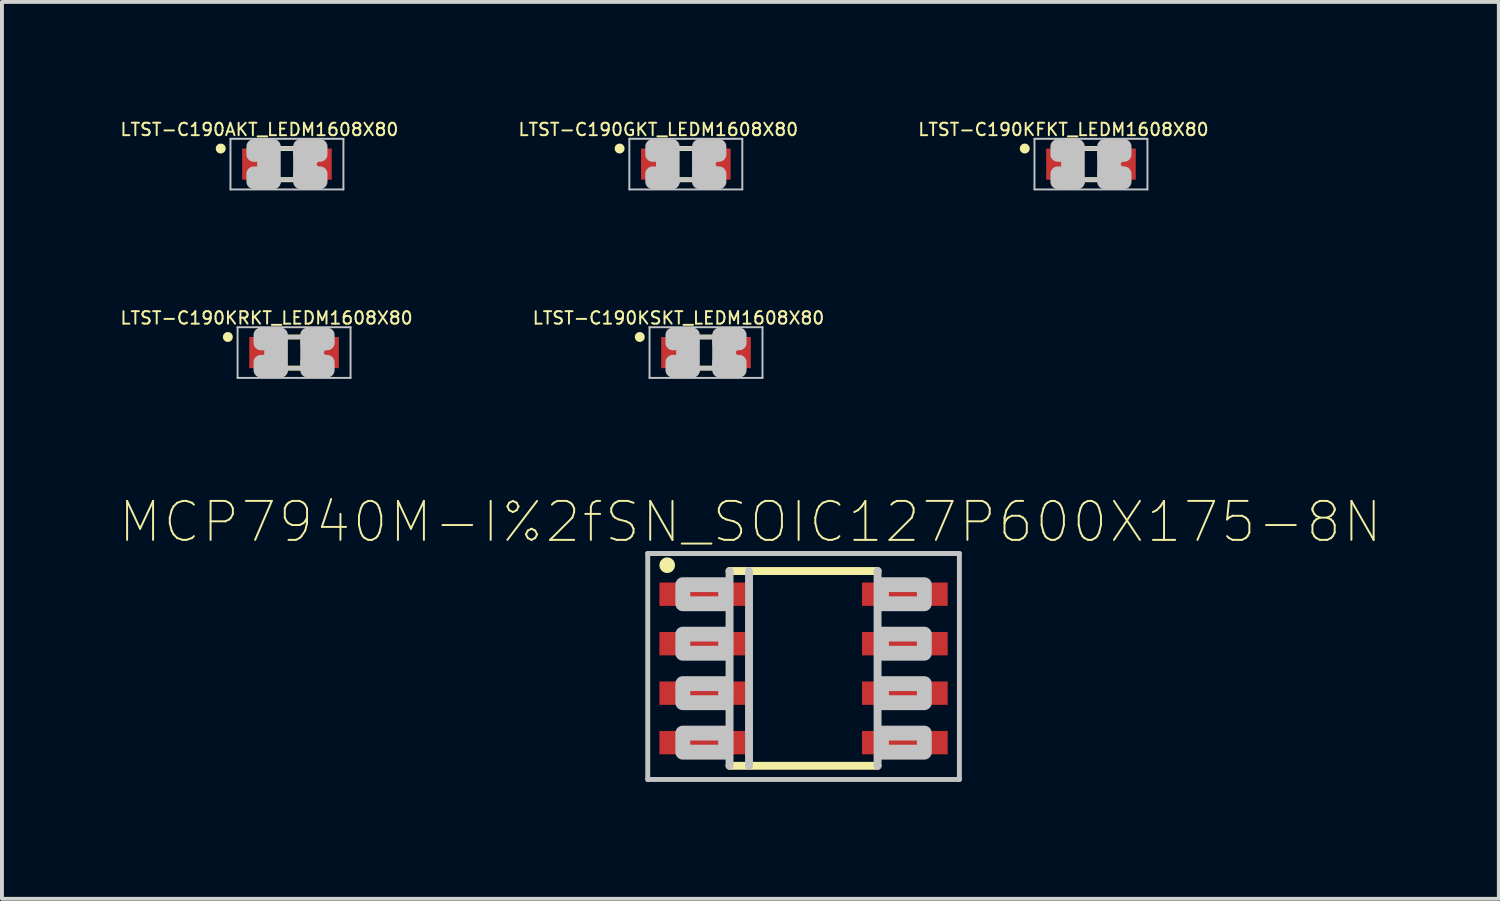
<source format=kicad_pcb>
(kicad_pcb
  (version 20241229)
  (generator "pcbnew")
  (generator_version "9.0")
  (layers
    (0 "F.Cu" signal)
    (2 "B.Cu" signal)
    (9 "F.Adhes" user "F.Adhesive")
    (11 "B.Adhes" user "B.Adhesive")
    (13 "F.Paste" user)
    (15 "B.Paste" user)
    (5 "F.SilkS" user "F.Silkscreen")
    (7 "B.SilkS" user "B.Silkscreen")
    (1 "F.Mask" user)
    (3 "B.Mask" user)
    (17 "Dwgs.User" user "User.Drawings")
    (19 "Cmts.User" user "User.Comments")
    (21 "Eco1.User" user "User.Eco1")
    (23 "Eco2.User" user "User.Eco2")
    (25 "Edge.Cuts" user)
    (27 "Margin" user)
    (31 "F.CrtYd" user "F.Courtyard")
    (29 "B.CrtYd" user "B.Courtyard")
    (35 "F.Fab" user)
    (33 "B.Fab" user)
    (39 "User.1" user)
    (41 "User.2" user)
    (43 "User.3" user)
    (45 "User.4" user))
  (footprint "LTST-C190KSKT_LEDM1608X80"
    (layer "F.Cu")
    (at 15.074 6.001)
    (property "Reference" "LTST-C190KSKT_LEDM1608X80" (at -0.707 -0.888 0) (layer "F.SilkS") (effects (font (size 0.32 0.32) (thickness 0.05))))
    (attr smd)
    (fp_line (start -0.2 -0.4) (end 0.2 -0.4) (stroke (width 0.127) (type solid)) (layer "F.SilkS"))
    (fp_line (start -0.2 0.4) (end 0.2 0.4) (stroke (width 0.127) (type solid)) (layer "F.SilkS"))
    (fp_circle (center -1.7 -0.4) (end -1.573 -0.4) (stroke (width 0) (type solid)) (fill yes) (layer "F.SilkS"))
    (fp_line (start -1.45 -0.65) (end 1.45 -0.65) (stroke (width 0.05) (type solid)) (layer "Dwgs.User"))
    (fp_line (start -1.45 0.65) (end -1.45 -0.65) (stroke (width 0.05) (type solid)) (layer "Dwgs.User"))
    (fp_line (start -0.375 0.4) (end 0.35 0.4) (stroke (width 0.102) (type solid)) (layer "Dwgs.User"))
    (fp_line (start -0.35 -0.4) (end 0.35 -0.4) (stroke (width 0.102) (type solid)) (layer "Dwgs.User"))
    (fp_line (start 1.45 -0.65) (end 1.45 0.65) (stroke (width 0.05) (type solid)) (layer "Dwgs.User"))
    (fp_line (start 1.45 0.65) (end -1.45 0.65) (stroke (width 0.05) (type solid)) (layer "Dwgs.User"))
    (fp_arc (start -0.8 -0.3) (mid -0.524966 -0.000147) (end -0.799707 0.299974) (stroke (width 0.1016) (type solid)) (layer "Dwgs.User"))
    (fp_arc (start 0.825 0.275) (mid 0.55 0) (end 0.825 -0.275) (stroke (width 0.0508) (type solid)) (layer "Dwgs.User"))
    (fp_circle (center -0.625 0.35) (end -0.55 0.35) (stroke (width 0.051) (type solid)) (fill no) (layer "Dwgs.User"))
    (fp_poly (pts (xy -0.85 -0.25) (xy -0.85 -0.45) (xy -0.55 -0.45) (xy -0.55 -0.25)) (stroke (width 0.381) (type solid)) (fill no) (layer "Dwgs.User"))
    (fp_poly (pts (xy -0.85 0.45) (xy -0.85 0.25) (xy -0.7 0.25) (xy -0.7 0.45)) (stroke (width 0.381) (type solid)) (fill no) (layer "Dwgs.User"))
    (fp_poly (pts (xy -0.725 0.45) (xy -0.725 0.4) (xy -0.35 0.4) (xy -0.35 0.45)) (stroke (width 0.381) (type solid)) (fill no) (layer "Dwgs.User"))
    (fp_poly (pts (xy -0.6 0.275) (xy -0.6 0.225) (xy -0.55 0.225) (xy -0.55 0.275)) (stroke (width 0.381) (type solid)) (fill no) (layer "Dwgs.User"))
    (fp_poly (pts (xy -0.575 0.45) (xy -0.575 -0.45) (xy -0.35 -0.45) (xy -0.35 0.45)) (stroke (width 0.381) (type solid)) (fill no) (layer "Dwgs.User"))
    (fp_poly (pts (xy 0.35 -0.25) (xy 0.35 -0.45) (xy 0.85 -0.45) (xy 0.85 -0.25)) (stroke (width 0.381) (type solid)) (fill no) (layer "Dwgs.User"))
    (fp_poly (pts (xy 0.35 0.275) (xy 0.35 -0.275) (xy 0.575 -0.275) (xy 0.575 0.275)) (stroke (width 0.381) (type solid)) (fill no) (layer "Dwgs.User"))
    (fp_poly (pts (xy 0.35 0.45) (xy 0.35 0.25) (xy 0.85 0.25) (xy 0.85 0.45)) (stroke (width 0.381) (type solid)) (fill no) (layer "Dwgs.User"))
    (fp_poly (pts (xy 0.55 -0.175) (xy 0.55 -0.275) (xy 0.65 -0.275) (xy 0.65 -0.175)) (stroke (width 0.381) (type solid)) (fill no) (layer "Dwgs.User"))
    (fp_poly (pts (xy 0.55 0.275) (xy 0.55 0.175) (xy 0.65 0.175) (xy 0.65 0.275)) (stroke (width 0.381) (type solid)) (fill no) (layer "Dwgs.User"))
    (pad "A" smd rect (at 0.75 0 90) (size 0.8 0.8) (layers "F.Cu" "F.Mask" "F.Paste"))
    (pad "C" smd rect (at -0.75 0 90) (size 0.8 0.8) (layers "F.Cu" "F.Mask" "F.Paste")))
  (footprint "LTST-C190KFKT_LEDM1608X80"
    (layer "F.Cu")
    (at 24.956 1.163)
    (property "Reference" "LTST-C190KFKT_LEDM1608X80" (at -0.707 -0.888 0) (layer "F.SilkS") (effects (font (size 0.32 0.32) (thickness 0.05))))
    (attr smd)
    (fp_line (start -0.2 -0.4) (end 0.2 -0.4) (stroke (width 0.127) (type solid)) (layer "F.SilkS"))
    (fp_line (start -0.2 0.4) (end 0.2 0.4) (stroke (width 0.127) (type solid)) (layer "F.SilkS"))
    (fp_circle (center -1.7 -0.4) (end -1.573 -0.4) (stroke (width 0) (type solid)) (fill yes) (layer "F.SilkS"))
    (fp_line (start -1.45 -0.65) (end 1.45 -0.65) (stroke (width 0.05) (type solid)) (layer "Dwgs.User"))
    (fp_line (start -1.45 0.65) (end -1.45 -0.65) (stroke (width 0.05) (type solid)) (layer "Dwgs.User"))
    (fp_line (start -0.375 0.4) (end 0.35 0.4) (stroke (width 0.102) (type solid)) (layer "Dwgs.User"))
    (fp_line (start -0.35 -0.4) (end 0.35 -0.4) (stroke (width 0.102) (type solid)) (layer "Dwgs.User"))
    (fp_line (start 1.45 -0.65) (end 1.45 0.65) (stroke (width 0.05) (type solid)) (layer "Dwgs.User"))
    (fp_line (start 1.45 0.65) (end -1.45 0.65) (stroke (width 0.05) (type solid)) (layer "Dwgs.User"))
    (fp_arc (start -0.8 -0.3) (mid -0.524966 -0.000147) (end -0.799707 0.299974) (stroke (width 0.1016) (type solid)) (layer "Dwgs.User"))
    (fp_arc (start 0.825 0.275) (mid 0.55 0) (end 0.825 -0.275) (stroke (width 0.0508) (type solid)) (layer "Dwgs.User"))
    (fp_circle (center -0.625 0.35) (end -0.55 0.35) (stroke (width 0.051) (type solid)) (fill no) (layer "Dwgs.User"))
    (fp_poly (pts (xy -0.85 -0.25) (xy -0.85 -0.45) (xy -0.55 -0.45) (xy -0.55 -0.25)) (stroke (width 0.381) (type solid)) (fill no) (layer "Dwgs.User"))
    (fp_poly (pts (xy -0.85 0.45) (xy -0.85 0.25) (xy -0.7 0.25) (xy -0.7 0.45)) (stroke (width 0.381) (type solid)) (fill no) (layer "Dwgs.User"))
    (fp_poly (pts (xy -0.725 0.45) (xy -0.725 0.4) (xy -0.35 0.4) (xy -0.35 0.45)) (stroke (width 0.381) (type solid)) (fill no) (layer "Dwgs.User"))
    (fp_poly (pts (xy -0.6 0.275) (xy -0.6 0.225) (xy -0.55 0.225) (xy -0.55 0.275)) (stroke (width 0.381) (type solid)) (fill no) (layer "Dwgs.User"))
    (fp_poly (pts (xy -0.575 0.45) (xy -0.575 -0.45) (xy -0.35 -0.45) (xy -0.35 0.45)) (stroke (width 0.381) (type solid)) (fill no) (layer "Dwgs.User"))
    (fp_poly (pts (xy 0.35 -0.25) (xy 0.35 -0.45) (xy 0.85 -0.45) (xy 0.85 -0.25)) (stroke (width 0.381) (type solid)) (fill no) (layer "Dwgs.User"))
    (fp_poly (pts (xy 0.35 0.275) (xy 0.35 -0.275) (xy 0.575 -0.275) (xy 0.575 0.275)) (stroke (width 0.381) (type solid)) (fill no) (layer "Dwgs.User"))
    (fp_poly (pts (xy 0.35 0.45) (xy 0.35 0.25) (xy 0.85 0.25) (xy 0.85 0.45)) (stroke (width 0.381) (type solid)) (fill no) (layer "Dwgs.User"))
    (fp_poly (pts (xy 0.55 -0.175) (xy 0.55 -0.275) (xy 0.65 -0.275) (xy 0.65 -0.175)) (stroke (width 0.381) (type solid)) (fill no) (layer "Dwgs.User"))
    (fp_poly (pts (xy 0.55 0.275) (xy 0.55 0.175) (xy 0.65 0.175) (xy 0.65 0.275)) (stroke (width 0.381) (type solid)) (fill no) (layer "Dwgs.User"))
    (pad "A" smd rect (at 0.75 0 90) (size 0.8 0.8) (layers "F.Cu" "F.Mask" "F.Paste"))
    (pad "C" smd rect (at -0.75 0 90) (size 0.8 0.8) (layers "F.Cu" "F.Mask" "F.Paste")))
  (footprint "MCP7940M-I%2fSN_SOIC127P600X175-8N"
    (layer "F.Cu")
    (at 17.578 14.109)
    (property "Reference" "MCP7940M-I%2fSN_SOIC127P600X175-8N" (at -1.365 -3.76 0) (layer "F.SilkS") (effects (font (size 1 1) (thickness 0.05))))
    (attr smd)
    (fp_line (start -1.9 -2.5) (end 1.9 -2.5) (stroke (width 0.203) (type solid)) (layer "F.SilkS"))
    (fp_line (start 1.9 2.5) (end -1.9 2.5) (stroke (width 0.203) (type solid)) (layer "F.SilkS"))
    (fp_circle (center -3.5 -2.65) (end -3.3 -2.65) (stroke (width 0) (type solid)) (fill yes) (layer "F.SilkS"))
    (fp_line (start -4 -2.95) (end 4 -2.95) (stroke (width 0.127) (type solid)) (layer "Dwgs.User"))
    (fp_line (start -4 2.85) (end -4 -2.95) (stroke (width 0.127) (type solid)) (layer "Dwgs.User"))
    (fp_line (start -1.9 2.5) (end -1.9 -2.5) (stroke (width 0.203) (type solid)) (layer "Dwgs.User"))
    (fp_line (start -1.4 2.5) (end -1.4 -2.5) (stroke (width 0.203) (type solid)) (layer "Dwgs.User"))
    (fp_line (start 1.9 -2.5) (end 1.9 2.5) (stroke (width 0.203) (type solid)) (layer "Dwgs.User"))
    (fp_line (start 4 -2.95) (end 4 2.85) (stroke (width 0.127) (type solid)) (layer "Dwgs.User"))
    (fp_line (start 4 2.85) (end -4 2.85) (stroke (width 0.127) (type solid)) (layer "Dwgs.User"))
    (fp_poly (pts (xy -2 -2.15) (xy -2 -1.66) (xy -3.1 -1.66) (xy -3.1 -2.15)) (stroke (width 0.381) (type solid)) (fill no) (layer "Dwgs.User"))
    (fp_poly (pts (xy -2 -0.88) (xy -2 -0.39) (xy -3.1 -0.39) (xy -3.1 -0.88)) (stroke (width 0.381) (type solid)) (fill no) (layer "Dwgs.User"))
    (fp_poly (pts (xy -2 0.39) (xy -2 0.88) (xy -3.1 0.88) (xy -3.1 0.39)) (stroke (width 0.381) (type solid)) (fill no) (layer "Dwgs.User"))
    (fp_poly (pts (xy -2 1.66) (xy -2 2.15) (xy -3.1 2.15) (xy -3.1 1.66)) (stroke (width 0.381) (type solid)) (fill no) (layer "Dwgs.User"))
    (fp_poly (pts (xy 3.1 -2.15) (xy 3.1 -1.66) (xy 2 -1.66) (xy 2 -2.15)) (stroke (width 0.381) (type solid)) (fill no) (layer "Dwgs.User"))
    (fp_poly (pts (xy 3.1 -0.88) (xy 3.1 -0.39) (xy 2 -0.39) (xy 2 -0.88)) (stroke (width 0.381) (type solid)) (fill no) (layer "Dwgs.User"))
    (fp_poly (pts (xy 3.1 0.39) (xy 3.1 0.88) (xy 2 0.88) (xy 2 0.39)) (stroke (width 0.381) (type solid)) (fill no) (layer "Dwgs.User"))
    (fp_poly (pts (xy 3.1 1.66) (xy 3.1 2.15) (xy 2 2.15) (xy 2 1.66)) (stroke (width 0.381) (type solid)) (fill no) (layer "Dwgs.User"))
    (pad "1" smd rect (at -2.6 -1.905 270) (size 0.6 2.2) (layers "F.Cu" "F.Mask" "F.Paste"))
    (pad "2" smd rect (at -2.6 -0.635 270) (size 0.6 2.2) (layers "F.Cu" "F.Mask" "F.Paste"))
    (pad "3" smd rect (at -2.6 0.635 270) (size 0.6 2.2) (layers "F.Cu" "F.Mask" "F.Paste"))
    (pad "4" smd rect (at -2.6 1.905 270) (size 0.6 2.2) (layers "F.Cu" "F.Mask" "F.Paste"))
    (pad "5" smd rect (at 2.6 1.905 270) (size 0.6 2.2) (layers "F.Cu" "F.Mask" "F.Paste"))
    (pad "6" smd rect (at 2.6 0.635 270) (size 0.6 2.2) (layers "F.Cu" "F.Mask" "F.Paste"))
    (pad "7" smd rect (at 2.6 -0.635 270) (size 0.6 2.2) (layers "F.Cu" "F.Mask" "F.Paste"))
    (pad "8" smd rect (at 2.6 -1.905 270) (size 0.6 2.2) (layers "F.Cu" "F.Mask" "F.Paste")))
  (footprint "LTST-C190AKT_LEDM1608X80"
    (layer "F.Cu")
    (at 4.316 1.163)
    (property "Reference" "LTST-C190AKT_LEDM1608X80" (at -0.707 -0.888 0) (layer "F.SilkS") (effects (font (size 0.32 0.32) (thickness 0.05))))
    (attr smd)
    (fp_line (start -0.2 -0.4) (end 0.2 -0.4) (stroke (width 0.127) (type solid)) (layer "F.SilkS"))
    (fp_line (start -0.2 0.4) (end 0.2 0.4) (stroke (width 0.127) (type solid)) (layer "F.SilkS"))
    (fp_circle (center -1.7 -0.4) (end -1.573 -0.4) (stroke (width 0) (type solid)) (fill yes) (layer "F.SilkS"))
    (fp_line (start -1.45 -0.65) (end 1.45 -0.65) (stroke (width 0.05) (type solid)) (layer "Dwgs.User"))
    (fp_line (start -1.45 0.65) (end -1.45 -0.65) (stroke (width 0.05) (type solid)) (layer "Dwgs.User"))
    (fp_line (start -0.375 0.4) (end 0.35 0.4) (stroke (width 0.102) (type solid)) (layer "Dwgs.User"))
    (fp_line (start -0.35 -0.4) (end 0.35 -0.4) (stroke (width 0.102) (type solid)) (layer "Dwgs.User"))
    (fp_line (start 1.45 -0.65) (end 1.45 0.65) (stroke (width 0.05) (type solid)) (layer "Dwgs.User"))
    (fp_line (start 1.45 0.65) (end -1.45 0.65) (stroke (width 0.05) (type solid)) (layer "Dwgs.User"))
    (fp_arc (start -0.8 -0.3) (mid -0.524966 -0.000147) (end -0.799707 0.299974) (stroke (width 0.1016) (type solid)) (layer "Dwgs.User"))
    (fp_arc (start 0.825 0.275) (mid 0.55 0) (end 0.825 -0.275) (stroke (width 0.0508) (type solid)) (layer "Dwgs.User"))
    (fp_circle (center -0.625 0.35) (end -0.55 0.35) (stroke (width 0.051) (type solid)) (fill no) (layer "Dwgs.User"))
    (fp_poly (pts (xy -0.85 -0.25) (xy -0.85 -0.45) (xy -0.55 -0.45) (xy -0.55 -0.25)) (stroke (width 0.381) (type solid)) (fill no) (layer "Dwgs.User"))
    (fp_poly (pts (xy -0.85 0.45) (xy -0.85 0.25) (xy -0.7 0.25) (xy -0.7 0.45)) (stroke (width 0.381) (type solid)) (fill no) (layer "Dwgs.User"))
    (fp_poly (pts (xy -0.725 0.45) (xy -0.725 0.4) (xy -0.35 0.4) (xy -0.35 0.45)) (stroke (width 0.381) (type solid)) (fill no) (layer "Dwgs.User"))
    (fp_poly (pts (xy -0.6 0.275) (xy -0.6 0.225) (xy -0.55 0.225) (xy -0.55 0.275)) (stroke (width 0.381) (type solid)) (fill no) (layer "Dwgs.User"))
    (fp_poly (pts (xy -0.575 0.45) (xy -0.575 -0.45) (xy -0.35 -0.45) (xy -0.35 0.45)) (stroke (width 0.381) (type solid)) (fill no) (layer "Dwgs.User"))
    (fp_poly (pts (xy 0.35 -0.25) (xy 0.35 -0.45) (xy 0.85 -0.45) (xy 0.85 -0.25)) (stroke (width 0.381) (type solid)) (fill no) (layer "Dwgs.User"))
    (fp_poly (pts (xy 0.35 0.275) (xy 0.35 -0.275) (xy 0.575 -0.275) (xy 0.575 0.275)) (stroke (width 0.381) (type solid)) (fill no) (layer "Dwgs.User"))
    (fp_poly (pts (xy 0.35 0.45) (xy 0.35 0.25) (xy 0.85 0.25) (xy 0.85 0.45)) (stroke (width 0.381) (type solid)) (fill no) (layer "Dwgs.User"))
    (fp_poly (pts (xy 0.55 -0.175) (xy 0.55 -0.275) (xy 0.65 -0.275) (xy 0.65 -0.175)) (stroke (width 0.381) (type solid)) (fill no) (layer "Dwgs.User"))
    (fp_poly (pts (xy 0.55 0.275) (xy 0.55 0.175) (xy 0.65 0.175) (xy 0.65 0.275)) (stroke (width 0.381) (type solid)) (fill no) (layer "Dwgs.User"))
    (pad "A" smd rect (at 0.75 0 90) (size 0.8 0.8) (layers "F.Cu" "F.Mask" "F.Paste"))
    (pad "C" smd rect (at -0.75 0 90) (size 0.8 0.8) (layers "F.Cu" "F.Mask" "F.Paste")))
  (footprint "LTST-C190KRKT_LEDM1608X80"
    (layer "F.Cu")
    (at 4.499 6.001)
    (property "Reference" "LTST-C190KRKT_LEDM1608X80" (at -0.707 -0.888 0) (layer "F.SilkS") (effects (font (size 0.32 0.32) (thickness 0.05))))
    (attr smd)
    (fp_line (start -0.2 -0.4) (end 0.2 -0.4) (stroke (width 0.127) (type solid)) (layer "F.SilkS"))
    (fp_line (start -0.2 0.4) (end 0.2 0.4) (stroke (width 0.127) (type solid)) (layer "F.SilkS"))
    (fp_circle (center -1.7 -0.4) (end -1.573 -0.4) (stroke (width 0) (type solid)) (fill yes) (layer "F.SilkS"))
    (fp_line (start -1.45 -0.65) (end 1.45 -0.65) (stroke (width 0.05) (type solid)) (layer "Dwgs.User"))
    (fp_line (start -1.45 0.65) (end -1.45 -0.65) (stroke (width 0.05) (type solid)) (layer "Dwgs.User"))
    (fp_line (start -0.375 0.4) (end 0.35 0.4) (stroke (width 0.102) (type solid)) (layer "Dwgs.User"))
    (fp_line (start -0.35 -0.4) (end 0.35 -0.4) (stroke (width 0.102) (type solid)) (layer "Dwgs.User"))
    (fp_line (start 1.45 -0.65) (end 1.45 0.65) (stroke (width 0.05) (type solid)) (layer "Dwgs.User"))
    (fp_line (start 1.45 0.65) (end -1.45 0.65) (stroke (width 0.05) (type solid)) (layer "Dwgs.User"))
    (fp_arc (start -0.8 -0.3) (mid -0.524966 -0.000147) (end -0.799707 0.299974) (stroke (width 0.1016) (type solid)) (layer "Dwgs.User"))
    (fp_arc (start 0.825 0.275) (mid 0.55 0) (end 0.825 -0.275) (stroke (width 0.0508) (type solid)) (layer "Dwgs.User"))
    (fp_circle (center -0.625 0.35) (end -0.55 0.35) (stroke (width 0.051) (type solid)) (fill no) (layer "Dwgs.User"))
    (fp_poly (pts (xy -0.85 -0.25) (xy -0.85 -0.45) (xy -0.55 -0.45) (xy -0.55 -0.25)) (stroke (width 0.381) (type solid)) (fill no) (layer "Dwgs.User"))
    (fp_poly (pts (xy -0.85 0.45) (xy -0.85 0.25) (xy -0.7 0.25) (xy -0.7 0.45)) (stroke (width 0.381) (type solid)) (fill no) (layer "Dwgs.User"))
    (fp_poly (pts (xy -0.725 0.45) (xy -0.725 0.4) (xy -0.35 0.4) (xy -0.35 0.45)) (stroke (width 0.381) (type solid)) (fill no) (layer "Dwgs.User"))
    (fp_poly (pts (xy -0.6 0.275) (xy -0.6 0.225) (xy -0.55 0.225) (xy -0.55 0.275)) (stroke (width 0.381) (type solid)) (fill no) (layer "Dwgs.User"))
    (fp_poly (pts (xy -0.575 0.45) (xy -0.575 -0.45) (xy -0.35 -0.45) (xy -0.35 0.45)) (stroke (width 0.381) (type solid)) (fill no) (layer "Dwgs.User"))
    (fp_poly (pts (xy 0.35 -0.25) (xy 0.35 -0.45) (xy 0.85 -0.45) (xy 0.85 -0.25)) (stroke (width 0.381) (type solid)) (fill no) (layer "Dwgs.User"))
    (fp_poly (pts (xy 0.35 0.275) (xy 0.35 -0.275) (xy 0.575 -0.275) (xy 0.575 0.275)) (stroke (width 0.381) (type solid)) (fill no) (layer "Dwgs.User"))
    (fp_poly (pts (xy 0.35 0.45) (xy 0.35 0.25) (xy 0.85 0.25) (xy 0.85 0.45)) (stroke (width 0.381) (type solid)) (fill no) (layer "Dwgs.User"))
    (fp_poly (pts (xy 0.55 -0.175) (xy 0.55 -0.275) (xy 0.65 -0.275) (xy 0.65 -0.175)) (stroke (width 0.381) (type solid)) (fill no) (layer "Dwgs.User"))
    (fp_poly (pts (xy 0.55 0.275) (xy 0.55 0.175) (xy 0.65 0.175) (xy 0.65 0.275)) (stroke (width 0.381) (type solid)) (fill no) (layer "Dwgs.User"))
    (pad "A" smd rect (at 0.75 0 90) (size 0.8 0.8) (layers "F.Cu" "F.Mask" "F.Paste"))
    (pad "C" smd rect (at -0.75 0 90) (size 0.8 0.8) (layers "F.Cu" "F.Mask" "F.Paste")))
  (footprint "LTST-C190GKT_LEDM1608X80"
    (layer "F.Cu")
    (at 14.556 1.163)
    (property "Reference" "LTST-C190GKT_LEDM1608X80" (at -0.707 -0.888 0) (layer "F.SilkS") (effects (font (size 0.32 0.32) (thickness 0.05))))
    (attr smd)
    (fp_line (start -0.2 -0.4) (end 0.2 -0.4) (stroke (width 0.127) (type solid)) (layer "F.SilkS"))
    (fp_line (start -0.2 0.4) (end 0.2 0.4) (stroke (width 0.127) (type solid)) (layer "F.SilkS"))
    (fp_circle (center -1.7 -0.4) (end -1.573 -0.4) (stroke (width 0) (type solid)) (fill yes) (layer "F.SilkS"))
    (fp_line (start -1.45 -0.65) (end 1.45 -0.65) (stroke (width 0.05) (type solid)) (layer "Dwgs.User"))
    (fp_line (start -1.45 0.65) (end -1.45 -0.65) (stroke (width 0.05) (type solid)) (layer "Dwgs.User"))
    (fp_line (start -0.375 0.4) (end 0.35 0.4) (stroke (width 0.102) (type solid)) (layer "Dwgs.User"))
    (fp_line (start -0.35 -0.4) (end 0.35 -0.4) (stroke (width 0.102) (type solid)) (layer "Dwgs.User"))
    (fp_line (start 1.45 -0.65) (end 1.45 0.65) (stroke (width 0.05) (type solid)) (layer "Dwgs.User"))
    (fp_line (start 1.45 0.65) (end -1.45 0.65) (stroke (width 0.05) (type solid)) (layer "Dwgs.User"))
    (fp_arc (start -0.8 -0.3) (mid -0.524966 -0.000147) (end -0.799707 0.299974) (stroke (width 0.1016) (type solid)) (layer "Dwgs.User"))
    (fp_arc (start 0.825 0.275) (mid 0.55 0) (end 0.825 -0.275) (stroke (width 0.0508) (type solid)) (layer "Dwgs.User"))
    (fp_circle (center -0.625 0.35) (end -0.55 0.35) (stroke (width 0.051) (type solid)) (fill no) (layer "Dwgs.User"))
    (fp_poly (pts (xy -0.85 -0.25) (xy -0.85 -0.45) (xy -0.55 -0.45) (xy -0.55 -0.25)) (stroke (width 0.381) (type solid)) (fill no) (layer "Dwgs.User"))
    (fp_poly (pts (xy -0.85 0.45) (xy -0.85 0.25) (xy -0.7 0.25) (xy -0.7 0.45)) (stroke (width 0.381) (type solid)) (fill no) (layer "Dwgs.User"))
    (fp_poly (pts (xy -0.725 0.45) (xy -0.725 0.4) (xy -0.35 0.4) (xy -0.35 0.45)) (stroke (width 0.381) (type solid)) (fill no) (layer "Dwgs.User"))
    (fp_poly (pts (xy -0.6 0.275) (xy -0.6 0.225) (xy -0.55 0.225) (xy -0.55 0.275)) (stroke (width 0.381) (type solid)) (fill no) (layer "Dwgs.User"))
    (fp_poly (pts (xy -0.575 0.45) (xy -0.575 -0.45) (xy -0.35 -0.45) (xy -0.35 0.45)) (stroke (width 0.381) (type solid)) (fill no) (layer "Dwgs.User"))
    (fp_poly (pts (xy 0.35 -0.25) (xy 0.35 -0.45) (xy 0.85 -0.45) (xy 0.85 -0.25)) (stroke (width 0.381) (type solid)) (fill no) (layer "Dwgs.User"))
    (fp_poly (pts (xy 0.35 0.275) (xy 0.35 -0.275) (xy 0.575 -0.275) (xy 0.575 0.275)) (stroke (width 0.381) (type solid)) (fill no) (layer "Dwgs.User"))
    (fp_poly (pts (xy 0.35 0.45) (xy 0.35 0.25) (xy 0.85 0.25) (xy 0.85 0.45)) (stroke (width 0.381) (type solid)) (fill no) (layer "Dwgs.User"))
    (fp_poly (pts (xy 0.55 -0.175) (xy 0.55 -0.275) (xy 0.65 -0.275) (xy 0.65 -0.175)) (stroke (width 0.381) (type solid)) (fill no) (layer "Dwgs.User"))
    (fp_poly (pts (xy 0.55 0.275) (xy 0.55 0.175) (xy 0.65 0.175) (xy 0.65 0.275)) (stroke (width 0.381) (type solid)) (fill no) (layer "Dwgs.User"))
    (pad "A" smd rect (at 0.75 0 90) (size 0.8 0.8) (layers "F.Cu" "F.Mask" "F.Paste"))
    (pad "C" smd rect (at -0.75 0 90) (size 0.8 0.8) (layers "F.Cu" "F.Mask" "F.Paste")))
  (gr_rect
    (start -3 -3)
    (end 35.426 20.023)
    (stroke (width 0.1) (type default))
    (fill no)
    (layer "Edge.Cuts")))
</source>
